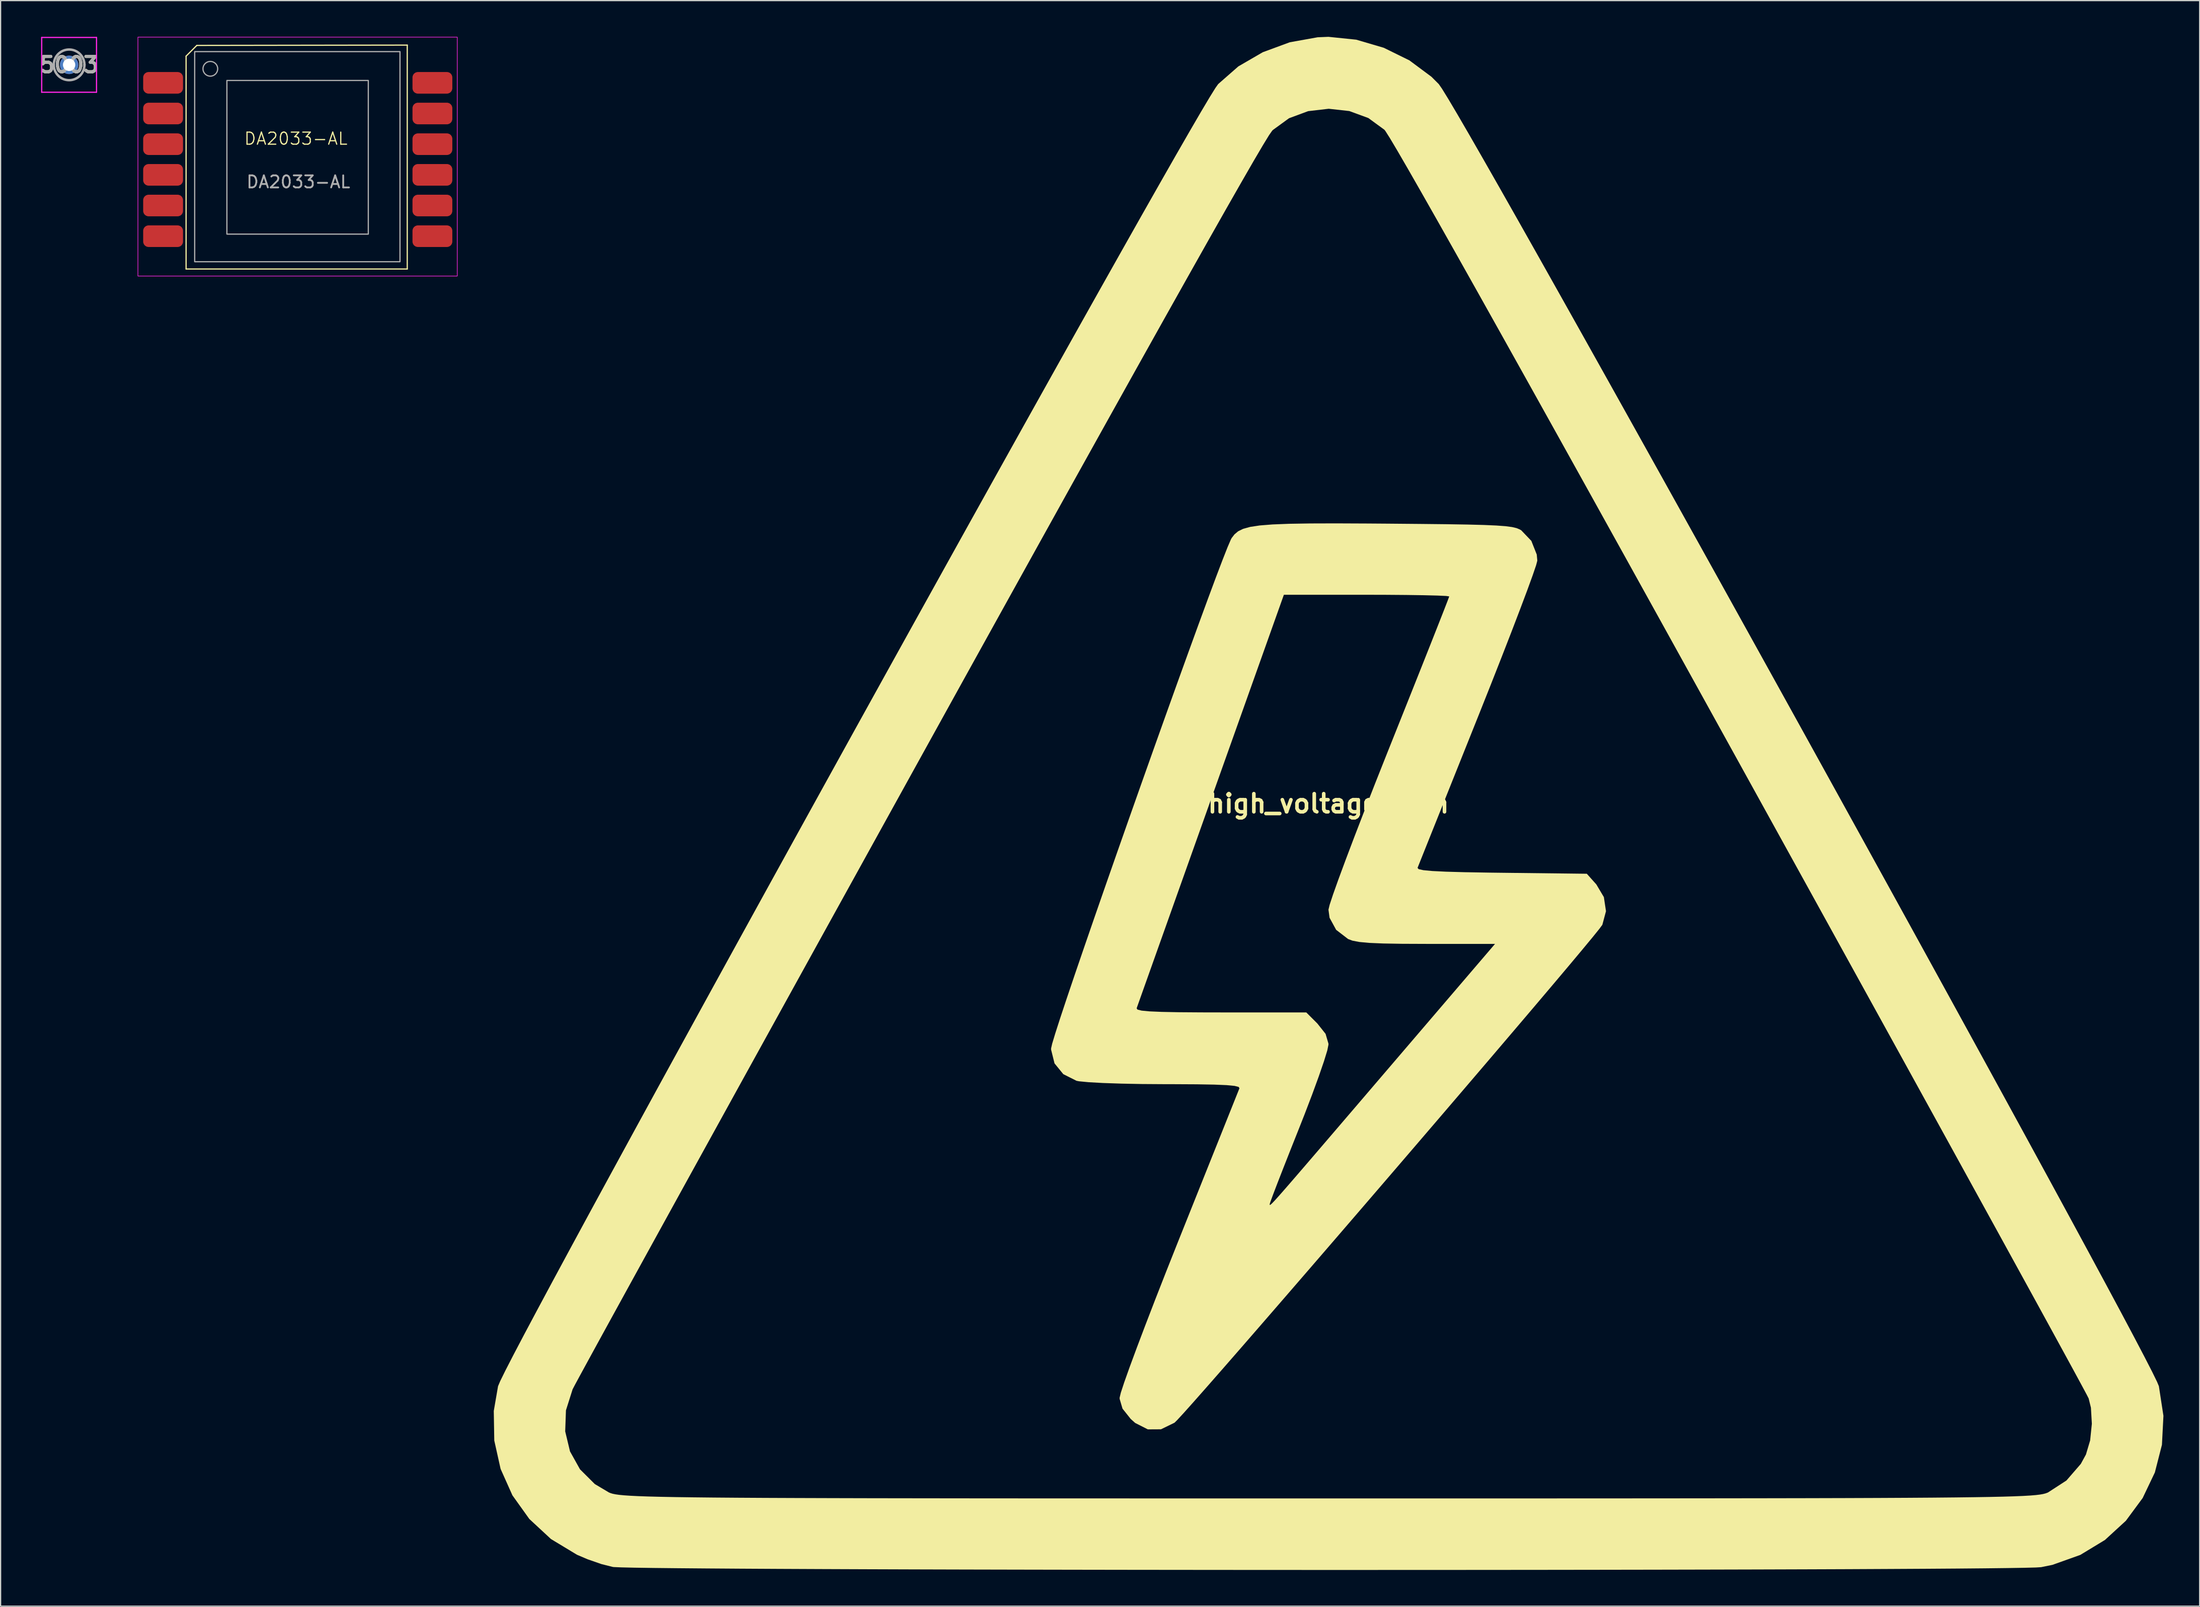
<source format=kicad_pcb>
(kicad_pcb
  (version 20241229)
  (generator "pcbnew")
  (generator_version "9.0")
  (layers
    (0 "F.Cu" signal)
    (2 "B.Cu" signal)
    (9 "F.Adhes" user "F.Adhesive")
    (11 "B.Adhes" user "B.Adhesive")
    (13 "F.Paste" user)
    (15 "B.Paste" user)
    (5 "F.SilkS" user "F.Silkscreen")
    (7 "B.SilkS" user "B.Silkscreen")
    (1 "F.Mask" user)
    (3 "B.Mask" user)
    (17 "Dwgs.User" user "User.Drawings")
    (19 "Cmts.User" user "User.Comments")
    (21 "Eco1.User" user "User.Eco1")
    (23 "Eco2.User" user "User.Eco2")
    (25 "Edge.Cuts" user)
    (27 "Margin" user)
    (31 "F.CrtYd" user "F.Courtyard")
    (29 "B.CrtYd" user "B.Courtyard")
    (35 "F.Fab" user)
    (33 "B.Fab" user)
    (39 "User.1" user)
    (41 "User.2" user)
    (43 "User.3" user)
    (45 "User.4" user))
  (footprint "DA2033-AL"
    (layer "F.Cu")
    (at 21.147 9.601)
    (property "Reference" "DA2033-AL" (at 0.305 -1.168 0) (unlocked yes) (layer "F.SilkS") (effects (font (size 1 1) (thickness 0.1))))
    (attr smd)
    (fp_line (start -8.788 -8.001) (end -8.788 9.627) (stroke (width 0.1) (type default)) (layer "F.SilkS"))
    (fp_line (start -8.788 9.627) (end 9.525 9.627) (stroke (width 0.1) (type default)) (layer "F.SilkS"))
    (fp_line (start -7.899 -8.89) (end -8.788 -8.001) (stroke (width 0.1) (type default)) (layer "F.SilkS"))
    (fp_line (start 9.525 -8.915) (end -7.899 -8.89) (stroke (width 0.1) (type default)) (layer "F.SilkS"))
    (fp_line (start 9.525 9.627) (end 9.525 -8.915) (stroke (width 0.1) (type default)) (layer "F.SilkS"))
    (fp_rect (start -12.776 -9.576) (end 13.665 10.211) (stroke (width 0.05) (type default)) (fill no) (layer "F.CrtYd"))
    (fp_rect (start -8.076 9.023) (end 8.924 -8.377) (stroke (width 0.1) (type default)) (fill no) (layer "F.Fab"))
    (fp_rect (start 6.3 -5.988) (end -5.409 6.737) (stroke (width 0.1) (type default)) (fill no) (layer "F.Fab"))
    (fp_circle (center -6.781 -6.954) (end -6.171 -6.954) (stroke (width 0.1) (type solid)) (fill no) (layer "F.Fab"))
    (fp_text user "${REFERENCE}" (at 0.508 2.416 0) (unlocked yes) (layer "F.Fab") (effects (font (size 1 1) (thickness 0.15))))
    (pad "1" smd roundrect (at -10.692 -5.791) (size 3.3 1.79) (layers "F.Cu" "F.Mask" "F.Paste") (roundrect_rratio 0.25))
    (pad "2" smd roundrect (at -10.692 -3.251) (size 3.3 1.79) (layers "F.Cu" "F.Mask" "F.Paste") (roundrect_rratio 0.25))
    (pad "3" smd roundrect (at -10.692 -0.711) (size 3.3 1.79) (layers "F.Cu" "F.Mask" "F.Paste") (roundrect_rratio 0.25))
    (pad "4" smd roundrect (at -10.692 1.829) (size 3.3 1.79) (layers "F.Cu" "F.Mask" "F.Paste") (roundrect_rratio 0.25))
    (pad "5" smd roundrect (at -10.692 4.369) (size 3.3 1.79) (layers "F.Cu" "F.Mask" "F.Paste") (roundrect_rratio 0.25))
    (pad "6" smd roundrect (at -10.692 6.909) (size 3.3 1.79) (layers "F.Cu" "F.Mask" "F.Paste") (roundrect_rratio 0.25))
    (pad "7" smd roundrect (at 11.608 6.909) (size 3.3 1.79) (layers "F.Cu" "F.Mask" "F.Paste") (roundrect_rratio 0.25))
    (pad "8" smd roundrect (at 11.608 4.369) (size 3.3 1.79) (layers "F.Cu" "F.Mask" "F.Paste") (roundrect_rratio 0.25))
    (pad "9" smd roundrect (at 11.608 1.829) (size 3.3 1.79) (layers "F.Cu" "F.Mask" "F.Paste") (roundrect_rratio 0.25))
    (pad "10" smd roundrect (at 11.608 -0.711) (size 3.3 1.79) (layers "F.Cu" "F.Mask" "F.Paste") (roundrect_rratio 0.25))
    (pad "11" smd roundrect (at 11.608 -3.251) (size 3.3 1.79) (layers "F.Cu" "F.Mask" "F.Paste") (roundrect_rratio 0.25))
    (pad "12" smd roundrect (at 11.608 -5.791) (size 3.3 1.79) (layers "F.Cu" "F.Mask" "F.Paste") (roundrect_rratio 0.25)))
  (footprint "high_voltage_icon"
    (layer "F.Cu")
    (at 106.952 63.5)
    (property "Reference" "high_voltage_icon" (at 0 0 0) (layer "F.SilkS") (effects (font (size 1.5 1.5) (thickness 0.3))))
    (attr board_only exclude_from_pos_files exclude_from_bom)
    (fp_poly (pts (xy 3.231 -23.195) (xy 4.937 -23.183) (xy 7.598 -23.16) (xy 9.771 -23.137) (xy 11.511 -23.109) (xy 12.871 -23.074) (xy 13.905 -23.029) (xy 14.665 -22.973) (xy 15.206 -22.901) (xy 15.581 -22.812) (xy 15.844 -22.702) (xy 15.968 -22.627) (xy 16.8 -21.757) (xy 17.247 -20.626) (xy 17.294 -20.119) (xy 17.195 -19.742) (xy 16.914 -18.916) (xy 16.469 -17.691) (xy 15.879 -16.121) (xy 15.165 -14.255) (xy 14.345 -12.146) (xy 13.44 -9.845) (xy 12.469 -7.404) (xy 12.399 -7.229) (xy 11.424 -4.793) (xy 10.508 -2.504) (xy 9.672 -0.414) (xy 8.935 1.428) (xy 8.317 2.971) (xy 7.839 4.167) (xy 7.52 4.965) (xy 7.38 5.316) (xy 7.376 5.324) (xy 7.467 5.429) (xy 7.859 5.515) (xy 8.598 5.584) (xy 9.726 5.639) (xy 11.288 5.682) (xy 13.329 5.717) (xy 14.32 5.729) (xy 21.392 5.81) (xy 22.18 6.692) (xy 22.805 7.745) (xy 22.98 8.91) (xy 22.682 10.027) (xy 22.669 10.052) (xy 22.429 10.377) (xy 21.865 11.076) (xy 21.006 12.113) (xy 19.883 13.455) (xy 18.524 15.066) (xy 16.959 16.914) (xy 15.217 18.962) (xy 13.329 21.178) (xy 11.323 23.526) (xy 9.23 25.972) (xy 7.078 28.482) (xy 4.898 31.021) (xy 2.718 33.556) (xy 0.569 36.051) (xy -1.521 38.473) (xy -3.521 40.786) (xy -5.402 42.957) (xy -7.135 44.952) (xy -8.69 46.735) (xy -10.037 48.272) (xy -11.147 49.53) (xy -11.991 50.474) (xy -12.539 51.068) (xy -12.748 51.273) (xy -13.868 51.818) (xy -14.958 51.824) (xy -16.005 51.292) (xy -16.375 50.962) (xy -17.053 50.109) (xy -17.291 49.302) (xy -17.294 49.207) (xy -17.195 48.794) (xy -16.913 47.933) (xy -16.466 46.676) (xy -15.875 45.076) (xy -15.159 43.185) (xy -14.338 41.055) (xy -13.431 38.739) (xy -12.458 36.289) (xy -12.399 36.142) (xy -11.424 33.705) (xy -10.508 31.415) (xy -9.671 29.324) (xy -8.933 27.481) (xy -8.315 25.935) (xy -7.836 24.737) (xy -7.516 23.937) (xy -7.375 23.584) (xy -7.371 23.576) (xy -7.439 23.464) (xy -7.775 23.379) (xy -8.431 23.316) (xy -9.457 23.273) (xy -10.905 23.248) (xy -12.826 23.238) (xy -13.549 23.237) (xy -15.42 23.225) (xy -17.156 23.191) (xy -18.667 23.14) (xy -19.862 23.074) (xy -20.651 22.998) (xy -20.862 22.957) (xy -21.957 22.407) (xy -22.683 21.516) (xy -22.967 20.375) (xy -22.968 20.28) (xy -22.879 19.886) (xy -22.621 19.031) (xy -22.213 17.763) (xy -21.945 16.956) (xy -15.884 16.956) (xy -15.81 17.062) (xy -15.472 17.145) (xy -14.824 17.207) (xy -13.814 17.25) (xy -12.396 17.278) (xy -10.52 17.291) (xy -8.919 17.294) (xy -1.837 17.294) (xy -0.919 18.212) (xy -0.24 19.067) (xy -0.002 19.875) (xy 0 19.966) (xy -0.098 20.447) (xy -0.374 21.346) (xy -0.799 22.583) (xy -1.345 24.078) (xy -1.984 25.75) (xy -2.432 26.886) (xy -3.108 28.586) (xy -3.712 30.119) (xy -4.217 31.413) (xy -4.593 32.398) (xy -4.815 33.002) (xy -4.864 33.162) (xy -4.864 33.217) (xy -4.847 33.244) (xy -4.784 33.209) (xy -4.65 33.084) (xy -4.415 32.836) (xy -4.054 32.433) (xy -3.539 31.846) (xy -2.842 31.042) (xy -1.937 29.991) (xy -0.795 28.661) (xy 0.609 27.022) (xy 2.305 25.042) (xy 4.318 22.689) (xy 4.831 22.09) (xy 13.792 11.619) (xy 8.098 11.619) (xy 6.078 11.611) (xy 4.527 11.585) (xy 3.375 11.536) (xy 2.552 11.46) (xy 1.987 11.352) (xy 1.624 11.215) (xy 0.635 10.454) (xy 0.091 9.456) (xy 0 8.786) (xy 0.098 8.378) (xy 0.381 7.521) (xy 0.828 6.267) (xy 1.42 4.667) (xy 2.137 2.773) (xy 2.961 0.637) (xy 3.872 -1.69) (xy 4.85 -4.155) (xy 4.999 -4.528) (xy 5.98 -6.984) (xy 6.898 -9.285) (xy 7.733 -11.383) (xy 8.466 -13.23) (xy 9.077 -14.778) (xy 9.549 -15.979) (xy 9.861 -16.783) (xy 9.994 -17.143) (xy 9.998 -17.158) (xy 9.74 -17.195) (xy 9.013 -17.228) (xy 7.889 -17.256) (xy 6.441 -17.277) (xy 4.74 -17.29) (xy 3.153 -17.294) (xy -3.692 -17.294) (xy -9.73 -0.338) (xy -10.762 2.56) (xy -11.742 5.312) (xy -12.654 7.874) (xy -13.483 10.205) (xy -14.215 12.26) (xy -14.833 13.998) (xy -15.323 15.375) (xy -15.669 16.348) (xy -15.856 16.875) (xy -15.884 16.956) (xy -21.945 16.956) (xy -21.67 16.129) (xy -21.01 14.176) (xy -20.248 11.951) (xy -19.403 9.502) (xy -18.49 6.876) (xy -17.526 4.121) (xy -16.528 1.282) (xy -15.513 -1.591) (xy -14.497 -4.453) (xy -13.497 -7.255) (xy -12.53 -9.95) (xy -11.612 -12.492) (xy -10.761 -14.833) (xy -9.993 -16.925) (xy -9.325 -18.722) (xy -8.772 -20.175) (xy -8.353 -21.239) (xy -8.084 -21.865) (xy -8.018 -21.989) (xy -7.782 -22.296) (xy -7.481 -22.55) (xy -7.065 -22.754) (xy -6.485 -22.914) (xy -5.691 -23.034) (xy -4.633 -23.118) (xy -3.261 -23.172) (xy -1.526 -23.2) (xy 0.621 -23.206)) (stroke (width 0) (type solid)) (fill yes) (layer "F.SilkS"))
    (fp_poly (pts (xy 2.299 -63.264) (xy 4.578 -62.594) (xy 6.7 -61.551) (xy 8.527 -60.193) (xy 9.134 -59.586) (xy 9.407 -59.193) (xy 9.924 -58.353) (xy 10.671 -57.092) (xy 11.633 -55.436) (xy 12.795 -53.412) (xy 14.144 -51.046) (xy 15.663 -48.365) (xy 17.339 -45.395) (xy 19.157 -42.161) (xy 21.103 -38.691) (xy 23.162 -35.011) (xy 25.319 -31.147) (xy 27.561 -27.125) (xy 29.871 -22.972) (xy 32.237 -18.715) (xy 34.642 -14.378) (xy 37.073 -9.99) (xy 39.516 -5.576) (xy 41.954 -1.162) (xy 44.375 3.225) (xy 46.763 7.558) (xy 49.104 11.812) (xy 51.383 15.96) (xy 53.586 19.977) (xy 55.698 23.834) (xy 57.705 27.507) (xy 59.591 30.968) (xy 61.343 34.192) (xy 62.946 37.152) (xy 64.385 39.821) (xy 65.646 42.174) (xy 66.714 44.185) (xy 67.574 45.825) (xy 68.213 47.071) (xy 68.615 47.894) (xy 68.762 48.249) (xy 69.139 50.702) (xy 69.015 53.104) (xy 68.429 55.393) (xy 67.42 57.51) (xy 66.029 59.394) (xy 64.294 60.985) (xy 62.254 62.222) (xy 59.949 63.045) (xy 59.011 63.236) (xy 58.581 63.263) (xy 57.641 63.287) (xy 56.222 63.31) (xy 54.355 63.332) (xy 52.07 63.352) (xy 49.397 63.37) (xy 46.368 63.386) (xy 43.013 63.402) (xy 39.362 63.415) (xy 35.446 63.427) (xy 31.295 63.437) (xy 26.941 63.446) (xy 22.413 63.453) (xy 17.742 63.459) (xy 12.96 63.463) (xy 8.095 63.466) (xy 3.18 63.467) (xy -1.756 63.467) (xy -6.681 63.465) (xy -11.566 63.461) (xy -16.38 63.456) (xy -21.092 63.449) (xy -25.671 63.441) (xy -30.087 63.432) (xy -34.31 63.421) (xy -38.309 63.408) (xy -42.053 63.394) (xy -45.512 63.379) (xy -48.654 63.362) (xy -51.451 63.343) (xy -53.87 63.323) (xy -55.882 63.302) (xy -57.456 63.279) (xy -58.56 63.254) (xy -59.166 63.228) (xy -59.254 63.219) (xy -60.204 62.98) (xy -61.35 62.581) (xy -62.226 62.208) (xy -64.379 60.907) (xy -66.172 59.245) (xy -67.572 57.287) (xy -68.55 55.1) (xy -69.074 52.748) (xy -69.087 51.991) (xy -63.201 51.991) (xy -62.803 53.649) (xy -61.975 55.133) (xy -60.749 56.354) (xy -59.582 57.048) (xy -59.444 57.104) (xy -59.272 57.156) (xy -59.042 57.203) (xy -58.735 57.247) (xy -58.328 57.286) (xy -57.8 57.322) (xy -57.13 57.355) (xy -56.294 57.384) (xy -55.273 57.41) (xy -54.045 57.433) (xy -52.587 57.453) (xy -50.879 57.471) (xy -48.899 57.486) (xy -46.625 57.499) (xy -44.036 57.509) (xy -41.109 57.518) (xy -37.825 57.526) (xy -34.16 57.531) (xy -30.094 57.536) (xy -25.605 57.539) (xy -20.671 57.541) (xy -15.271 57.542) (xy -9.384 57.543) (xy -2.986 57.543) (xy 0 57.543) (xy 6.629 57.543) (xy 12.738 57.543) (xy 18.35 57.542) (xy 23.487 57.54) (xy 28.17 57.537) (xy 32.419 57.533) (xy 36.258 57.528) (xy 39.707 57.522) (xy 42.789 57.514) (xy 45.524 57.504) (xy 47.934 57.492) (xy 50.041 57.478) (xy 51.867 57.461) (xy 53.432 57.442) (xy 54.759 57.42) (xy 55.869 57.396) (xy 56.783 57.368) (xy 57.524 57.337) (xy 58.112 57.303) (xy 58.57 57.265) (xy 58.918 57.223) (xy 59.179 57.177) (xy 59.374 57.127) (xy 59.524 57.073) (xy 59.582 57.048) (xy 61.106 56.06) (xy 62.295 54.687) (xy 62.722 53.907) (xy 63.07 52.74) (xy 63.212 51.36) (xy 63.135 50.026) (xy 62.947 49.264) (xy 62.791 48.958) (xy 62.385 48.201) (xy 61.742 47.014) (xy 60.873 45.421) (xy 59.791 43.441) (xy 58.508 41.098) (xy 57.034 38.413) (xy 55.384 35.408) (xy 53.567 32.105) (xy 51.598 28.525) (xy 49.486 24.69) (xy 47.246 20.623) (xy 44.887 16.345) (xy 42.423 11.878) (xy 39.866 7.243) (xy 37.227 2.463) (xy 34.519 -2.44) (xy 34.101 -3.197) (xy 30.711 -9.33) (xy 27.502 -15.129) (xy 24.479 -20.584) (xy 21.648 -25.686) (xy 19.014 -30.424) (xy 16.583 -34.788) (xy 14.36 -38.771) (xy 12.351 -42.361) (xy 10.56 -45.549) (xy 8.994 -48.325) (xy 7.657 -50.68) (xy 6.556 -52.604) (xy 5.695 -54.088) (xy 5.08 -55.122) (xy 4.716 -55.695) (xy 4.631 -55.805) (xy 3.302 -56.775) (xy 1.724 -57.354) (xy 0.021 -57.543) (xy -1.683 -57.345) (xy -3.264 -56.759) (xy -4.599 -55.788) (xy -4.664 -55.721) (xy -4.919 -55.355) (xy -5.429 -54.521) (xy -6.192 -53.224) (xy -7.203 -51.47) (xy -8.461 -49.266) (xy -9.961 -46.616) (xy -11.7 -43.527) (xy -13.676 -40.005) (xy -15.884 -36.055) (xy -18.321 -31.683) (xy -20.985 -26.896) (xy -23.871 -21.699) (xy -26.977 -16.097) (xy -30.3 -10.098) (xy -33.792 -3.783) (xy -36.496 1.109) (xy -39.135 5.887) (xy -41.698 10.526) (xy -44.17 15.005) (xy -46.541 19.302) (xy -48.799 23.394) (xy -50.929 27.259) (xy -52.922 30.874) (xy -54.763 34.218) (xy -56.441 37.267) (xy -57.944 40) (xy -59.259 42.395) (xy -60.374 44.428) (xy -61.276 46.078) (xy -61.954 47.322) (xy -62.395 48.137) (xy -62.586 48.503) (xy -62.587 48.503) (xy -63.139 50.246) (xy -63.201 51.991) (xy -69.087 51.991) (xy -69.115 50.298) (xy -68.762 48.249) (xy -68.581 47.821) (xy -68.151 46.948) (xy -67.486 45.655) (xy -66.601 43.97) (xy -65.509 41.919) (xy -64.227 39.528) (xy -62.768 36.823) (xy -61.148 33.831) (xy -59.379 30.579) (xy -57.478 27.092) (xy -55.459 23.396) (xy -53.335 19.519) (xy -51.123 15.486) (xy -48.836 11.325) (xy -46.489 7.06) (xy -44.096 2.719) (xy -41.673 -1.672) (xy -39.233 -6.088) (xy -36.791 -10.5) (xy -34.362 -14.884) (xy -31.96 -19.212) (xy -29.601 -23.459) (xy -27.297 -27.598) (xy -25.065 -31.603) (xy -22.918 -35.447) (xy -20.872 -39.104) (xy -18.94 -42.548) (xy -17.137 -45.752) (xy -15.479 -48.691) (xy -13.978 -51.337) (xy -12.651 -53.665) (xy -11.511 -55.647) (xy -10.574 -57.258) (xy -9.853 -58.472) (xy -9.363 -59.262) (xy -9.134 -59.586) (xy -7.462 -61.051) (xy -5.439 -62.225) (xy -3.205 -63.049) (xy -0.898 -63.463) (xy 0 -63.5)) (stroke (width 0) (type solid)) (fill yes) (layer "F.SilkS")))
  (footprint "5003"
    (layer "F.Cu")
    (at 2.673 2.32)
    (property "Reference" "5003" (at 0 0 0) (layer "F.SilkS") (effects (font (size 1.27 1.27) (thickness 0.254))))
    (attr through_hole)
    (fp_line (start -1.27 0) (end -1.27 0) (stroke (width 0.1) (type solid)) (layer "F.SilkS"))
    (fp_line (start 1.27 0) (end 1.27 0) (stroke (width 0.1) (type solid)) (layer "F.SilkS"))
    (fp_arc (start -1.27 0) (mid 0 -1.27) (end 1.27 0) (stroke (width 0.1) (type solid)) (layer "F.SilkS"))
    (fp_arc (start 1.27 0) (mid 0 1.27) (end -1.27 0) (stroke (width 0.1) (type solid)) (layer "F.SilkS"))
    (fp_line (start -2.27 -2.27) (end 2.27 -2.27) (stroke (width 0.1) (type solid)) (layer "F.CrtYd"))
    (fp_line (start -2.27 2.27) (end -2.27 -2.27) (stroke (width 0.1) (type solid)) (layer "F.CrtYd"))
    (fp_line (start 2.27 -2.27) (end 2.27 2.27) (stroke (width 0.1) (type solid)) (layer "F.CrtYd"))
    (fp_line (start 2.27 2.27) (end -2.27 2.27) (stroke (width 0.1) (type solid)) (layer "F.CrtYd"))
    (fp_line (start -1.27 0) (end -1.27 0) (stroke (width 0.2) (type solid)) (layer "F.Fab"))
    (fp_line (start 1.27 0) (end 1.27 0) (stroke (width 0.2) (type solid)) (layer "F.Fab"))
    (fp_arc (start -1.27 0) (mid 0 -1.27) (end 1.27 0) (stroke (width 0.2) (type solid)) (layer "F.Fab"))
    (fp_arc (start 1.27 0) (mid 0 1.27) (end -1.27 0) (stroke (width 0.2) (type solid)) (layer "F.Fab"))
    (fp_text user "${REFERENCE}" (at 0 0 0) (layer "F.Fab") (effects (font (size 1.27 1.27) (thickness 0.254))))
    (pad "1" thru_hole circle (at 0 0) (size 1.53 1.53) (drill 1.02) (layers "*.Cu" "*.Mask")))
  (gr_rect
    (start -3 -3)
    (end 179.091 129.967)
    (stroke (width 0.1) (type default))
    (fill no)
    (layer "Edge.Cuts")))
</source>
